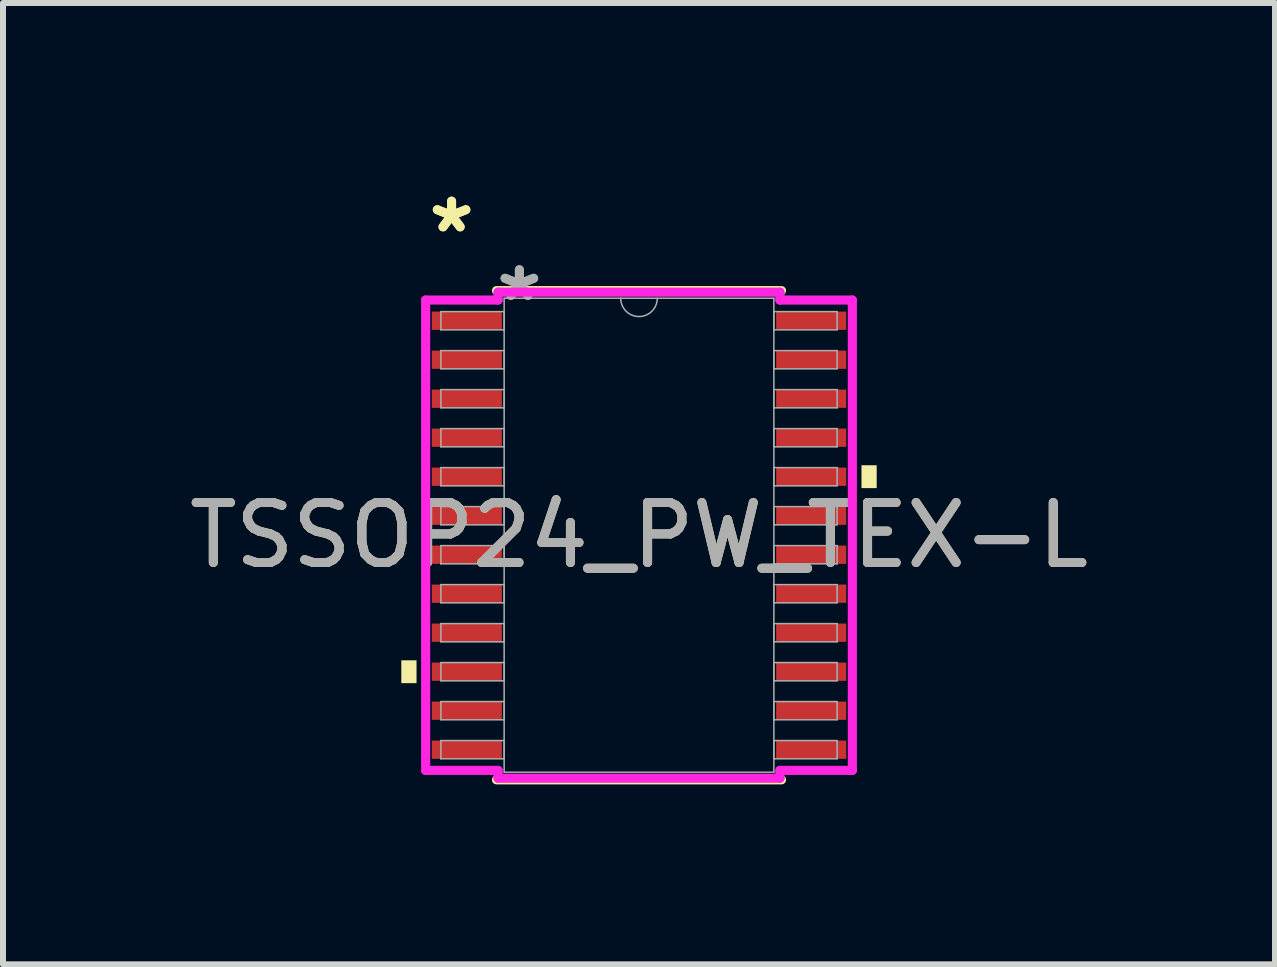
<source format=kicad_pcb>
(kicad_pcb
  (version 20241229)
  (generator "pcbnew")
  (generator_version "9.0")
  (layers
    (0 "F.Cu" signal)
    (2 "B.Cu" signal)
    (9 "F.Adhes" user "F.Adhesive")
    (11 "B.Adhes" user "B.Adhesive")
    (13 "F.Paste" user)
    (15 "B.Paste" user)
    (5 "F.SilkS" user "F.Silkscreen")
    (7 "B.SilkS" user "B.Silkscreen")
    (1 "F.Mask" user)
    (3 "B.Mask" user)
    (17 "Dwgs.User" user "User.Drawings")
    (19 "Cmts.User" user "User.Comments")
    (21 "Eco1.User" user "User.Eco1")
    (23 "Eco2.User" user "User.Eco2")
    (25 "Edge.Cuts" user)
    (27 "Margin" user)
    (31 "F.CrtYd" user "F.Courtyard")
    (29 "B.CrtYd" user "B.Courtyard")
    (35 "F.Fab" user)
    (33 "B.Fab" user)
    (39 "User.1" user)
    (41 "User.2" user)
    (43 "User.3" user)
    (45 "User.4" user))
  (footprint "TSSOP24_PW_TEX-L"
    (layer "F.Cu")
    (at 7.601 5.871)
    (property "Reference" "TSSOP24_PW_TEX-L" (at 0 0 0) (unlocked yes) (layer "F.SilkS") (effects (font (size 1 1) (thickness 0.15))))
    (attr smd)
    (fp_line (start -2.375 4.077) (end 2.375 4.077) (stroke (width 0.152) (type solid)) (layer "F.SilkS"))
    (fp_line (start 2.375 -4.077) (end -2.375 -4.077) (stroke (width 0.152) (type solid)) (layer "F.SilkS"))
    (fp_poly (pts (xy -3.962 2.085) (xy -3.962 2.466) (xy -3.708 2.466) (xy -3.708 2.085)) (stroke (width 0) (type solid)) (fill yes) (layer "F.SilkS"))
    (fp_poly (pts (xy 3.962 -1.166) (xy 3.962 -0.785) (xy 3.708 -0.785) (xy 3.708 -1.166)) (stroke (width 0) (type solid)) (fill yes) (layer "F.SilkS"))
    (fp_line (start -3.556 -3.92) (end -2.349 -3.92) (stroke (width 0.152) (type solid)) (layer "F.CrtYd"))
    (fp_line (start -3.556 3.92) (end -3.556 -3.92) (stroke (width 0.152) (type solid)) (layer "F.CrtYd"))
    (fp_line (start -3.556 3.92) (end -2.349 3.92) (stroke (width 0.152) (type solid)) (layer "F.CrtYd"))
    (fp_line (start -2.349 -4.051) (end 2.349 -4.051) (stroke (width 0.152) (type solid)) (layer "F.CrtYd"))
    (fp_line (start -2.349 -3.92) (end -2.349 -4.051) (stroke (width 0.152) (type solid)) (layer "F.CrtYd"))
    (fp_line (start -2.349 4.051) (end -2.349 3.92) (stroke (width 0.152) (type solid)) (layer "F.CrtYd"))
    (fp_line (start 2.349 -4.051) (end 2.349 -3.92) (stroke (width 0.152) (type solid)) (layer "F.CrtYd"))
    (fp_line (start 2.349 3.92) (end 2.349 4.051) (stroke (width 0.152) (type solid)) (layer "F.CrtYd"))
    (fp_line (start 2.349 4.051) (end -2.349 4.051) (stroke (width 0.152) (type solid)) (layer "F.CrtYd"))
    (fp_line (start 3.556 -3.92) (end 2.349 -3.92) (stroke (width 0.152) (type solid)) (layer "F.CrtYd"))
    (fp_line (start 3.556 -3.92) (end 3.556 3.92) (stroke (width 0.152) (type solid)) (layer "F.CrtYd"))
    (fp_line (start 3.556 3.92) (end 2.349 3.92) (stroke (width 0.152) (type solid)) (layer "F.CrtYd"))
    (fp_line (start -3.302 -3.727) (end -3.302 -3.423) (stroke (width 0.025) (type solid)) (layer "F.Fab"))
    (fp_line (start -3.302 -3.423) (end -2.248 -3.423) (stroke (width 0.025) (type solid)) (layer "F.Fab"))
    (fp_line (start -3.302 -3.077) (end -3.302 -2.773) (stroke (width 0.025) (type solid)) (layer "F.Fab"))
    (fp_line (start -3.302 -2.773) (end -2.248 -2.773) (stroke (width 0.025) (type solid)) (layer "F.Fab"))
    (fp_line (start -3.302 -2.427) (end -3.302 -2.123) (stroke (width 0.025) (type solid)) (layer "F.Fab"))
    (fp_line (start -3.302 -2.123) (end -2.248 -2.123) (stroke (width 0.025) (type solid)) (layer "F.Fab"))
    (fp_line (start -3.302 -1.777) (end -3.302 -1.473) (stroke (width 0.025) (type solid)) (layer "F.Fab"))
    (fp_line (start -3.302 -1.473) (end -2.248 -1.473) (stroke (width 0.025) (type solid)) (layer "F.Fab"))
    (fp_line (start -3.302 -1.127) (end -3.302 -0.823) (stroke (width 0.025) (type solid)) (layer "F.Fab"))
    (fp_line (start -3.302 -0.823) (end -2.248 -0.823) (stroke (width 0.025) (type solid)) (layer "F.Fab"))
    (fp_line (start -3.302 -0.477) (end -3.302 -0.173) (stroke (width 0.025) (type solid)) (layer "F.Fab"))
    (fp_line (start -3.302 -0.173) (end -2.248 -0.173) (stroke (width 0.025) (type solid)) (layer "F.Fab"))
    (fp_line (start -3.302 0.173) (end -3.302 0.477) (stroke (width 0.025) (type solid)) (layer "F.Fab"))
    (fp_line (start -3.302 0.477) (end -2.248 0.477) (stroke (width 0.025) (type solid)) (layer "F.Fab"))
    (fp_line (start -3.302 0.823) (end -3.302 1.127) (stroke (width 0.025) (type solid)) (layer "F.Fab"))
    (fp_line (start -3.302 1.127) (end -2.248 1.127) (stroke (width 0.025) (type solid)) (layer "F.Fab"))
    (fp_line (start -3.302 1.473) (end -3.302 1.777) (stroke (width 0.025) (type solid)) (layer "F.Fab"))
    (fp_line (start -3.302 1.777) (end -2.248 1.777) (stroke (width 0.025) (type solid)) (layer "F.Fab"))
    (fp_line (start -3.302 2.123) (end -3.302 2.427) (stroke (width 0.025) (type solid)) (layer "F.Fab"))
    (fp_line (start -3.302 2.427) (end -2.248 2.427) (stroke (width 0.025) (type solid)) (layer "F.Fab"))
    (fp_line (start -3.302 2.773) (end -3.302 3.077) (stroke (width 0.025) (type solid)) (layer "F.Fab"))
    (fp_line (start -3.302 3.077) (end -2.248 3.077) (stroke (width 0.025) (type solid)) (layer "F.Fab"))
    (fp_line (start -3.302 3.423) (end -3.302 3.727) (stroke (width 0.025) (type solid)) (layer "F.Fab"))
    (fp_line (start -3.302 3.727) (end -2.248 3.727) (stroke (width 0.025) (type solid)) (layer "F.Fab"))
    (fp_line (start -2.248 -3.95) (end -2.248 3.95) (stroke (width 0.025) (type solid)) (layer "F.Fab"))
    (fp_line (start -2.248 -3.727) (end -3.302 -3.727) (stroke (width 0.025) (type solid)) (layer "F.Fab"))
    (fp_line (start -2.248 -3.423) (end -2.248 -3.727) (stroke (width 0.025) (type solid)) (layer "F.Fab"))
    (fp_line (start -2.248 -3.077) (end -3.302 -3.077) (stroke (width 0.025) (type solid)) (layer "F.Fab"))
    (fp_line (start -2.248 -2.773) (end -2.248 -3.077) (stroke (width 0.025) (type solid)) (layer "F.Fab"))
    (fp_line (start -2.248 -2.427) (end -3.302 -2.427) (stroke (width 0.025) (type solid)) (layer "F.Fab"))
    (fp_line (start -2.248 -2.123) (end -2.248 -2.427) (stroke (width 0.025) (type solid)) (layer "F.Fab"))
    (fp_line (start -2.248 -1.777) (end -3.302 -1.777) (stroke (width 0.025) (type solid)) (layer "F.Fab"))
    (fp_line (start -2.248 -1.473) (end -2.248 -1.777) (stroke (width 0.025) (type solid)) (layer "F.Fab"))
    (fp_line (start -2.248 -1.127) (end -3.302 -1.127) (stroke (width 0.025) (type solid)) (layer "F.Fab"))
    (fp_line (start -2.248 -0.823) (end -2.248 -1.127) (stroke (width 0.025) (type solid)) (layer "F.Fab"))
    (fp_line (start -2.248 -0.477) (end -3.302 -0.477) (stroke (width 0.025) (type solid)) (layer "F.Fab"))
    (fp_line (start -2.248 -0.173) (end -2.248 -0.477) (stroke (width 0.025) (type solid)) (layer "F.Fab"))
    (fp_line (start -2.248 0.173) (end -3.302 0.173) (stroke (width 0.025) (type solid)) (layer "F.Fab"))
    (fp_line (start -2.248 0.477) (end -2.248 0.173) (stroke (width 0.025) (type solid)) (layer "F.Fab"))
    (fp_line (start -2.248 0.823) (end -3.302 0.823) (stroke (width 0.025) (type solid)) (layer "F.Fab"))
    (fp_line (start -2.248 1.127) (end -2.248 0.823) (stroke (width 0.025) (type solid)) (layer "F.Fab"))
    (fp_line (start -2.248 1.473) (end -3.302 1.473) (stroke (width 0.025) (type solid)) (layer "F.Fab"))
    (fp_line (start -2.248 1.777) (end -2.248 1.473) (stroke (width 0.025) (type solid)) (layer "F.Fab"))
    (fp_line (start -2.248 2.123) (end -3.302 2.123) (stroke (width 0.025) (type solid)) (layer "F.Fab"))
    (fp_line (start -2.248 2.427) (end -2.248 2.123) (stroke (width 0.025) (type solid)) (layer "F.Fab"))
    (fp_line (start -2.248 2.773) (end -3.302 2.773) (stroke (width 0.025) (type solid)) (layer "F.Fab"))
    (fp_line (start -2.248 3.077) (end -2.248 2.773) (stroke (width 0.025) (type solid)) (layer "F.Fab"))
    (fp_line (start -2.248 3.423) (end -3.302 3.423) (stroke (width 0.025) (type solid)) (layer "F.Fab"))
    (fp_line (start -2.248 3.727) (end -2.248 3.423) (stroke (width 0.025) (type solid)) (layer "F.Fab"))
    (fp_line (start -2.248 3.95) (end 2.248 3.95) (stroke (width 0.025) (type solid)) (layer "F.Fab"))
    (fp_line (start 2.248 -3.95) (end -2.248 -3.95) (stroke (width 0.025) (type solid)) (layer "F.Fab"))
    (fp_line (start 2.248 -3.727) (end 2.248 -3.423) (stroke (width 0.025) (type solid)) (layer "F.Fab"))
    (fp_line (start 2.248 -3.423) (end 3.302 -3.423) (stroke (width 0.025) (type solid)) (layer "F.Fab"))
    (fp_line (start 2.248 -3.077) (end 2.248 -2.773) (stroke (width 0.025) (type solid)) (layer "F.Fab"))
    (fp_line (start 2.248 -2.773) (end 3.302 -2.773) (stroke (width 0.025) (type solid)) (layer "F.Fab"))
    (fp_line (start 2.248 -2.427) (end 2.248 -2.123) (stroke (width 0.025) (type solid)) (layer "F.Fab"))
    (fp_line (start 2.248 -2.123) (end 3.302 -2.123) (stroke (width 0.025) (type solid)) (layer "F.Fab"))
    (fp_line (start 2.248 -1.777) (end 2.248 -1.473) (stroke (width 0.025) (type solid)) (layer "F.Fab"))
    (fp_line (start 2.248 -1.473) (end 3.302 -1.473) (stroke (width 0.025) (type solid)) (layer "F.Fab"))
    (fp_line (start 2.248 -1.127) (end 2.248 -0.823) (stroke (width 0.025) (type solid)) (layer "F.Fab"))
    (fp_line (start 2.248 -0.823) (end 3.302 -0.823) (stroke (width 0.025) (type solid)) (layer "F.Fab"))
    (fp_line (start 2.248 -0.477) (end 2.248 -0.173) (stroke (width 0.025) (type solid)) (layer "F.Fab"))
    (fp_line (start 2.248 -0.173) (end 3.302 -0.173) (stroke (width 0.025) (type solid)) (layer "F.Fab"))
    (fp_line (start 2.248 0.173) (end 2.248 0.477) (stroke (width 0.025) (type solid)) (layer "F.Fab"))
    (fp_line (start 2.248 0.477) (end 3.302 0.477) (stroke (width 0.025) (type solid)) (layer "F.Fab"))
    (fp_line (start 2.248 0.823) (end 2.248 1.127) (stroke (width 0.025) (type solid)) (layer "F.Fab"))
    (fp_line (start 2.248 1.127) (end 3.302 1.127) (stroke (width 0.025) (type solid)) (layer "F.Fab"))
    (fp_line (start 2.248 1.473) (end 2.248 1.777) (stroke (width 0.025) (type solid)) (layer "F.Fab"))
    (fp_line (start 2.248 1.777) (end 3.302 1.777) (stroke (width 0.025) (type solid)) (layer "F.Fab"))
    (fp_line (start 2.248 2.123) (end 2.248 2.427) (stroke (width 0.025) (type solid)) (layer "F.Fab"))
    (fp_line (start 2.248 2.427) (end 3.302 2.427) (stroke (width 0.025) (type solid)) (layer "F.Fab"))
    (fp_line (start 2.248 2.773) (end 2.248 3.077) (stroke (width 0.025) (type solid)) (layer "F.Fab"))
    (fp_line (start 2.248 3.077) (end 3.302 3.077) (stroke (width 0.025) (type solid)) (layer "F.Fab"))
    (fp_line (start 2.248 3.423) (end 2.248 3.727) (stroke (width 0.025) (type solid)) (layer "F.Fab"))
    (fp_line (start 2.248 3.727) (end 3.302 3.727) (stroke (width 0.025) (type solid)) (layer "F.Fab"))
    (fp_line (start 2.248 3.95) (end 2.248 -3.95) (stroke (width 0.025) (type solid)) (layer "F.Fab"))
    (fp_line (start 3.302 -3.727) (end 2.248 -3.727) (stroke (width 0.025) (type solid)) (layer "F.Fab"))
    (fp_line (start 3.302 -3.423) (end 3.302 -3.727) (stroke (width 0.025) (type solid)) (layer "F.Fab"))
    (fp_line (start 3.302 -3.077) (end 2.248 -3.077) (stroke (width 0.025) (type solid)) (layer "F.Fab"))
    (fp_line (start 3.302 -2.773) (end 3.302 -3.077) (stroke (width 0.025) (type solid)) (layer "F.Fab"))
    (fp_line (start 3.302 -2.427) (end 2.248 -2.427) (stroke (width 0.025) (type solid)) (layer "F.Fab"))
    (fp_line (start 3.302 -2.123) (end 3.302 -2.427) (stroke (width 0.025) (type solid)) (layer "F.Fab"))
    (fp_line (start 3.302 -1.777) (end 2.248 -1.777) (stroke (width 0.025) (type solid)) (layer "F.Fab"))
    (fp_line (start 3.302 -1.473) (end 3.302 -1.777) (stroke (width 0.025) (type solid)) (layer "F.Fab"))
    (fp_line (start 3.302 -1.127) (end 2.248 -1.127) (stroke (width 0.025) (type solid)) (layer "F.Fab"))
    (fp_line (start 3.302 -0.823) (end 3.302 -1.127) (stroke (width 0.025) (type solid)) (layer "F.Fab"))
    (fp_line (start 3.302 -0.477) (end 2.248 -0.477) (stroke (width 0.025) (type solid)) (layer "F.Fab"))
    (fp_line (start 3.302 -0.173) (end 3.302 -0.477) (stroke (width 0.025) (type solid)) (layer "F.Fab"))
    (fp_line (start 3.302 0.173) (end 2.248 0.173) (stroke (width 0.025) (type solid)) (layer "F.Fab"))
    (fp_line (start 3.302 0.477) (end 3.302 0.173) (stroke (width 0.025) (type solid)) (layer "F.Fab"))
    (fp_line (start 3.302 0.823) (end 2.248 0.823) (stroke (width 0.025) (type solid)) (layer "F.Fab"))
    (fp_line (start 3.302 1.127) (end 3.302 0.823) (stroke (width 0.025) (type solid)) (layer "F.Fab"))
    (fp_line (start 3.302 1.473) (end 2.248 1.473) (stroke (width 0.025) (type solid)) (layer "F.Fab"))
    (fp_line (start 3.302 1.777) (end 3.302 1.473) (stroke (width 0.025) (type solid)) (layer "F.Fab"))
    (fp_line (start 3.302 2.123) (end 2.248 2.123) (stroke (width 0.025) (type solid)) (layer "F.Fab"))
    (fp_line (start 3.302 2.427) (end 3.302 2.123) (stroke (width 0.025) (type solid)) (layer "F.Fab"))
    (fp_line (start 3.302 2.773) (end 2.248 2.773) (stroke (width 0.025) (type solid)) (layer "F.Fab"))
    (fp_line (start 3.302 3.077) (end 3.302 2.773) (stroke (width 0.025) (type solid)) (layer "F.Fab"))
    (fp_line (start 3.302 3.423) (end 2.248 3.423) (stroke (width 0.025) (type solid)) (layer "F.Fab"))
    (fp_line (start 3.302 3.727) (end 3.302 3.423) (stroke (width 0.025) (type solid)) (layer "F.Fab"))
    (fp_arc (start 0.3048 -3.9497) (mid 0 -3.6449) (end -0.3048 -3.9497) (stroke (width 0.0254) (type solid)) (layer "F.Fab"))
    (fp_text user "*" (at -3.124 -5.023 0) (unlocked yes) (layer "F.SilkS") (effects (font (size 1 1) (thickness 0.15))))
    (fp_text user "*" (at -3.124 -5.023 0) (layer "F.SilkS") (effects (font (size 1 1) (thickness 0.15))))
    (fp_text user "${REFERENCE}" (at 0 0 0) (unlocked yes) (layer "F.Fab") (effects (font (size 1 1) (thickness 0.15))))
    (fp_text user "*" (at -1.994 -3.88 0) (unlocked yes) (layer "F.Fab") (effects (font (size 1 1) (thickness 0.15))))
    (fp_text user "*" (at -1.994 -3.88 0) (layer "F.Fab") (effects (font (size 1 1) (thickness 0.15))))
    (pad "1" smd rect (at -2.87 -3.575) (size 1.168 0.305) (layers "F.Cu" "F.Mask" "F.Paste"))
    (pad "2" smd rect (at -2.87 -2.925) (size 1.168 0.305) (layers "F.Cu" "F.Mask" "F.Paste"))
    (pad "3" smd rect (at -2.87 -2.275) (size 1.168 0.305) (layers "F.Cu" "F.Mask" "F.Paste"))
    (pad "4" smd rect (at -2.87 -1.625) (size 1.168 0.305) (layers "F.Cu" "F.Mask" "F.Paste"))
    (pad "5" smd rect (at -2.87 -0.975) (size 1.168 0.305) (layers "F.Cu" "F.Mask" "F.Paste"))
    (pad "6" smd rect (at -2.87 -0.325) (size 1.168 0.305) (layers "F.Cu" "F.Mask" "F.Paste"))
    (pad "7" smd rect (at -2.87 0.325) (size 1.168 0.305) (layers "F.Cu" "F.Mask" "F.Paste"))
    (pad "8" smd rect (at -2.87 0.975) (size 1.168 0.305) (layers "F.Cu" "F.Mask" "F.Paste"))
    (pad "9" smd rect (at -2.87 1.625) (size 1.168 0.305) (layers "F.Cu" "F.Mask" "F.Paste"))
    (pad "10" smd rect (at -2.87 2.275) (size 1.168 0.305) (layers "F.Cu" "F.Mask" "F.Paste"))
    (pad "11" smd rect (at -2.87 2.925) (size 1.168 0.305) (layers "F.Cu" "F.Mask" "F.Paste"))
    (pad "12" smd rect (at -2.87 3.575) (size 1.168 0.305) (layers "F.Cu" "F.Mask" "F.Paste"))
    (pad "13" smd rect (at 2.87 3.575) (size 1.168 0.305) (layers "F.Cu" "F.Mask" "F.Paste"))
    (pad "14" smd rect (at 2.87 2.925) (size 1.168 0.305) (layers "F.Cu" "F.Mask" "F.Paste"))
    (pad "15" smd rect (at 2.87 2.275) (size 1.168 0.305) (layers "F.Cu" "F.Mask" "F.Paste"))
    (pad "16" smd rect (at 2.87 1.625) (size 1.168 0.305) (layers "F.Cu" "F.Mask" "F.Paste"))
    (pad "17" smd rect (at 2.87 0.975) (size 1.168 0.305) (layers "F.Cu" "F.Mask" "F.Paste"))
    (pad "18" smd rect (at 2.87 0.325) (size 1.168 0.305) (layers "F.Cu" "F.Mask" "F.Paste"))
    (pad "19" smd rect (at 2.87 -0.325) (size 1.168 0.305) (layers "F.Cu" "F.Mask" "F.Paste"))
    (pad "20" smd rect (at 2.87 -0.975) (size 1.168 0.305) (layers "F.Cu" "F.Mask" "F.Paste"))
    (pad "21" smd rect (at 2.87 -1.625) (size 1.168 0.305) (layers "F.Cu" "F.Mask" "F.Paste"))
    (pad "22" smd rect (at 2.87 -2.275) (size 1.168 0.305) (layers "F.Cu" "F.Mask" "F.Paste"))
    (pad "23" smd rect (at 2.87 -2.925) (size 1.168 0.305) (layers "F.Cu" "F.Mask" "F.Paste"))
    (pad "24" smd rect (at 2.87 -3.575) (size 1.168 0.305) (layers "F.Cu" "F.Mask" "F.Paste")))
  (gr_rect
    (start -3 -3)
    (end 18.202 13.024)
    (stroke (width 0.1) (type default))
    (fill no)
    (layer "Edge.Cuts")))
</source>
